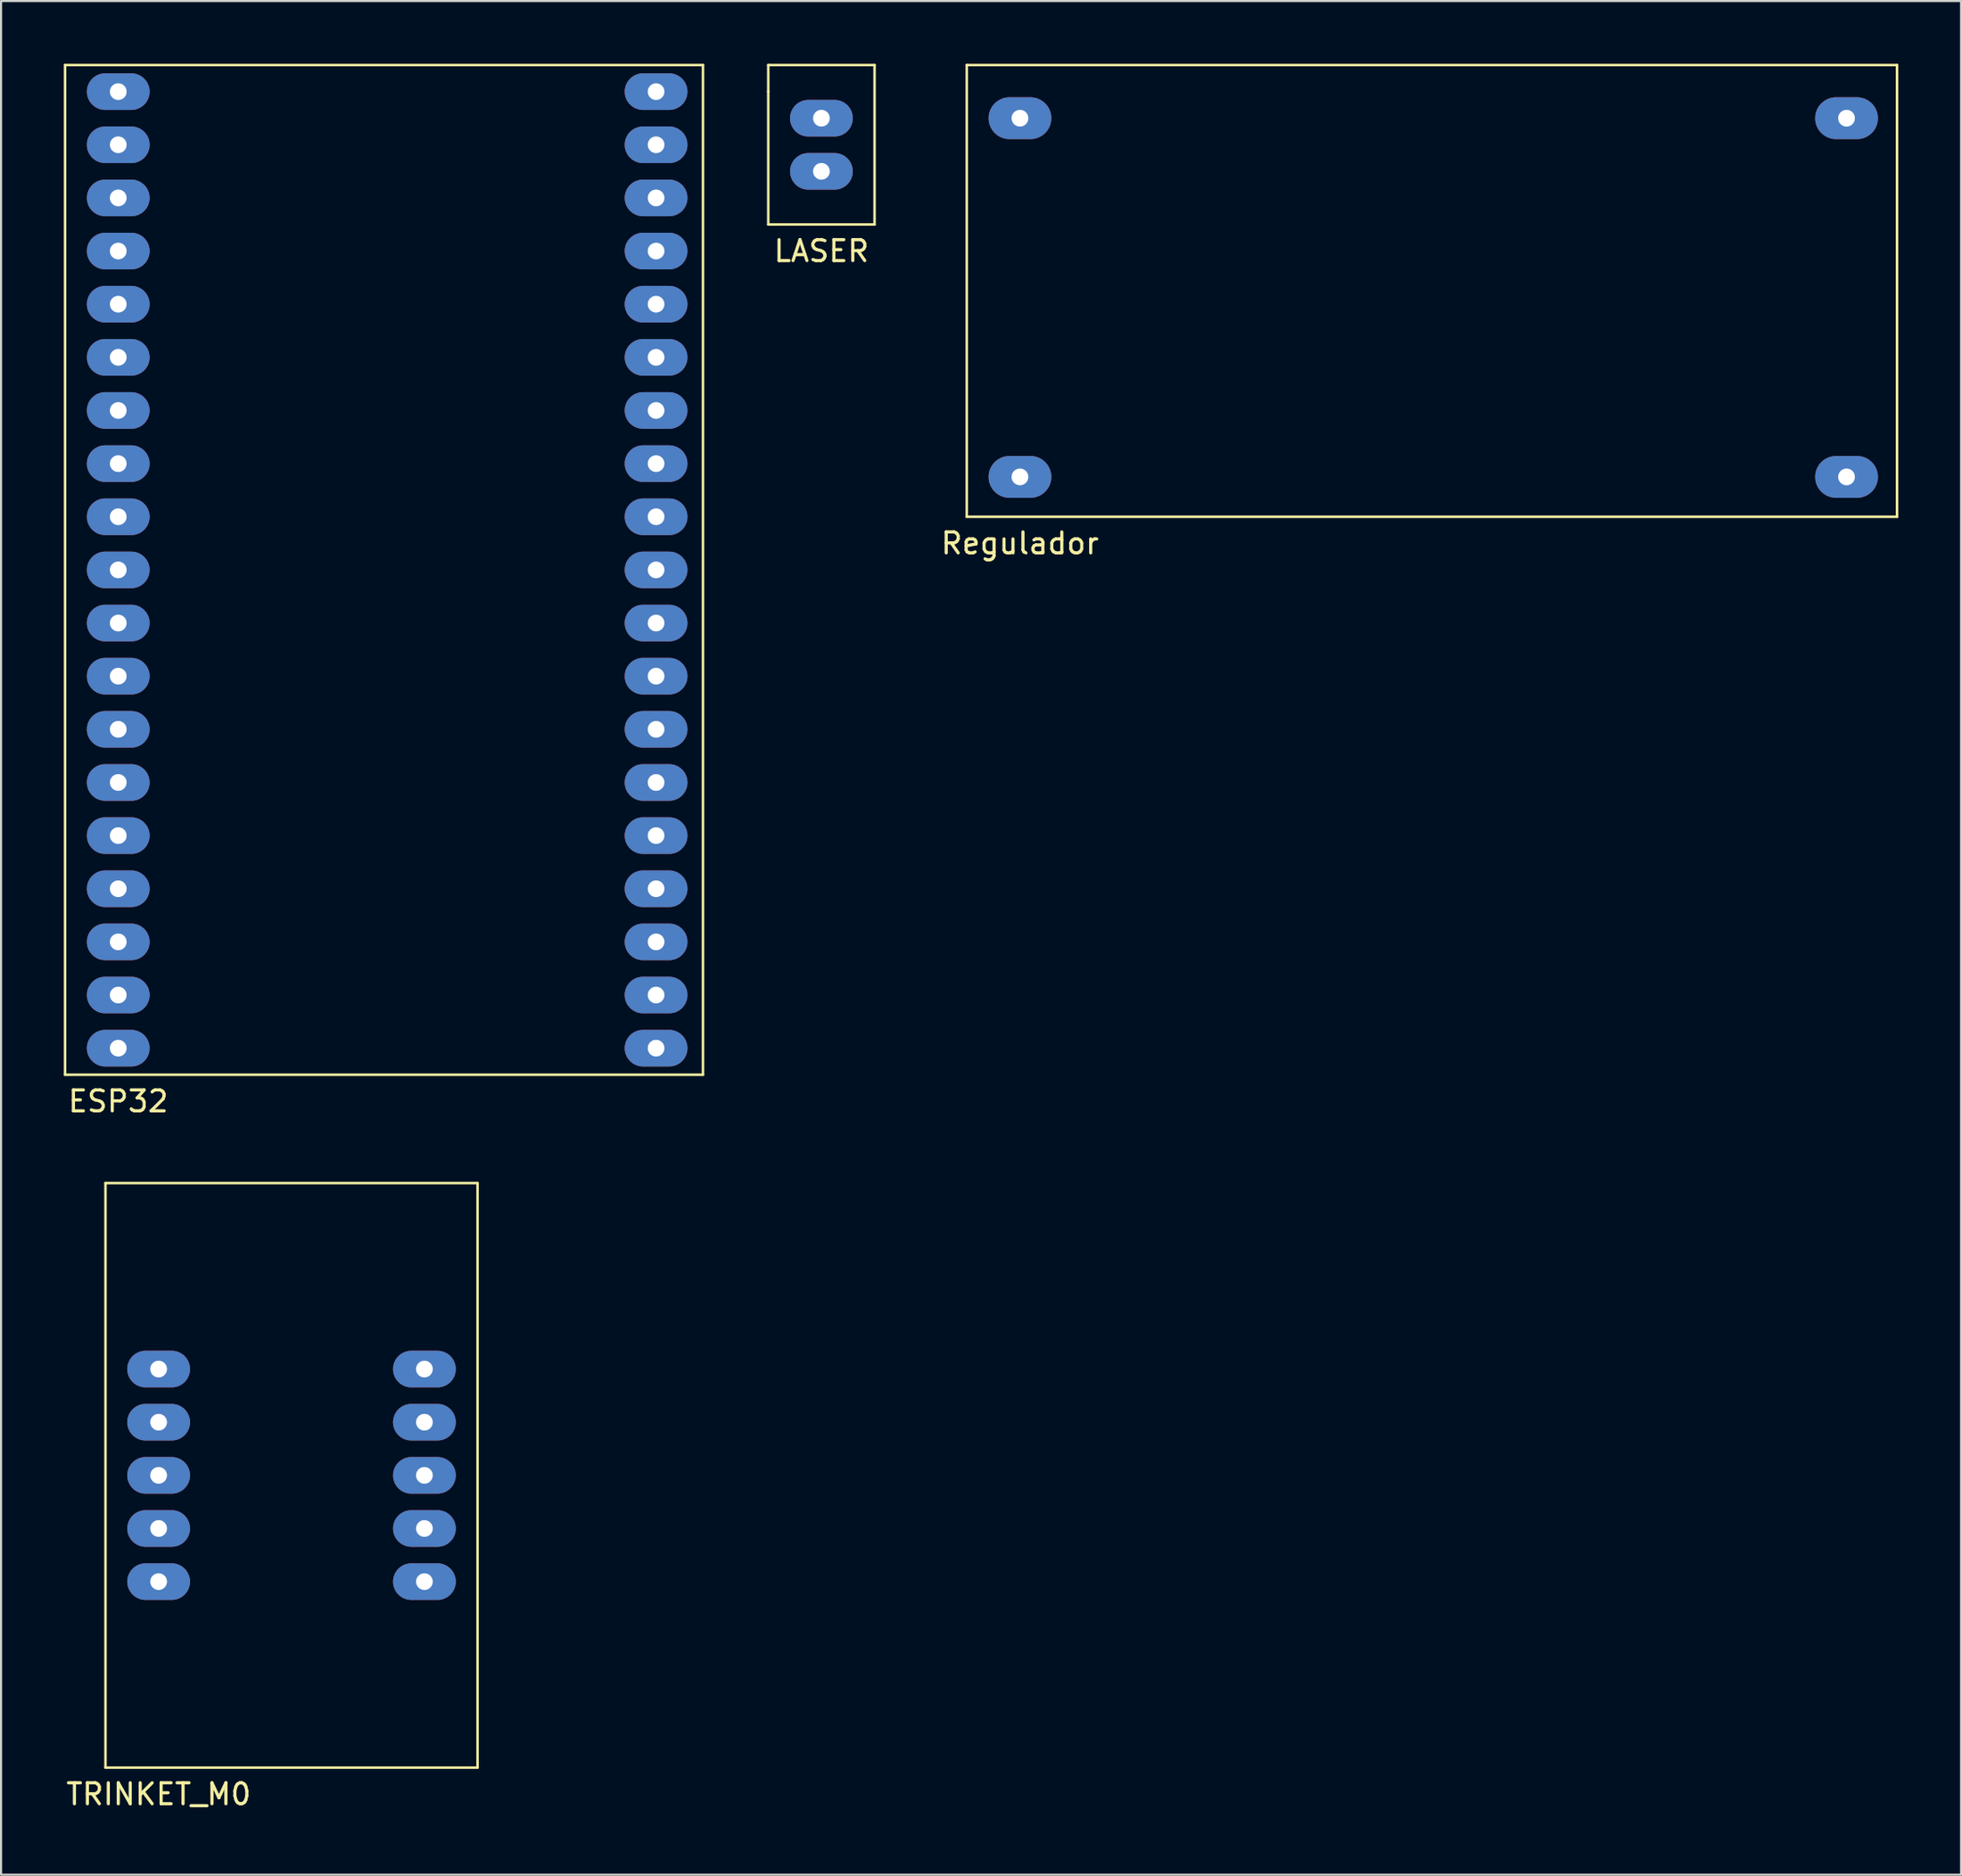
<source format=kicad_pcb>
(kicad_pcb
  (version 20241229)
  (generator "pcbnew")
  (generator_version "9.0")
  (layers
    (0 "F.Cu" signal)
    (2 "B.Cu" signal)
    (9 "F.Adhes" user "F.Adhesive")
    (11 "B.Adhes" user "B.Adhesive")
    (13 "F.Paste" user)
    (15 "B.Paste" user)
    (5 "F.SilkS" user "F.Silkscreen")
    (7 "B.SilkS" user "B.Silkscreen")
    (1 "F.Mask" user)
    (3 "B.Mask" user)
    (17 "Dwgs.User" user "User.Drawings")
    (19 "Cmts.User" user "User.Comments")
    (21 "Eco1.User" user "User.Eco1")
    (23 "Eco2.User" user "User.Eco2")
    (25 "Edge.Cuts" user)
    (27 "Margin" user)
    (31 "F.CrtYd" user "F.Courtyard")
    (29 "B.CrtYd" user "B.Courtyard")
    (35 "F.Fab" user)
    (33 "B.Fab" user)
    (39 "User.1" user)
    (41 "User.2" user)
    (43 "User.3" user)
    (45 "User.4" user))
  (footprint "TRINKET_M0"
    (layer "F.Cu")
    (at 4.53 67.468)
    (property "Reference" "TRINKET_M0" (at 0 15.24 0) (layer "F.SilkS") (effects (font (size 1 1) (thickness 0.15))))
    (attr through_hole)
    (fp_line (start -2.54 -13.97) (end 15.24 -13.97) (stroke (width 0.12) (type solid)) (layer "F.SilkS"))
    (fp_line (start -2.54 13.97) (end -2.54 -13.97) (stroke (width 0.12) (type solid)) (layer "F.SilkS"))
    (fp_line (start 15.24 -13.97) (end 15.24 13.97) (stroke (width 0.12) (type solid)) (layer "F.SilkS"))
    (fp_line (start 15.24 13.97) (end -2.54 13.97) (stroke (width 0.12) (type solid)) (layer "F.SilkS"))
    (pad "1" thru_hole oval (at 0 -5.08) (size 3 1.75) (drill 0.8) (layers "*.Cu" "*.Mask"))
    (pad "2" thru_hole oval (at 0 -2.54) (size 3 1.75) (drill 0.8) (layers "*.Cu" "*.Mask"))
    (pad "3" thru_hole oval (at 0 0) (size 3 1.75) (drill 0.8) (layers "*.Cu" "*.Mask"))
    (pad "4" thru_hole oval (at 0 2.54) (size 3 1.75) (drill 0.8) (layers "*.Cu" "*.Mask"))
    (pad "5" thru_hole oval (at 0 5.08) (size 3 1.75) (drill 0.8) (layers "*.Cu" "*.Mask"))
    (pad "6" thru_hole oval (at 12.7 5.08) (size 3 1.75) (drill 0.8) (layers "*.Cu" "*.Mask"))
    (pad "7" thru_hole oval (at 12.7 2.54) (size 3 1.75) (drill 0.8) (layers "*.Cu" "*.Mask"))
    (pad "8" thru_hole oval (at 12.7 0) (size 3 1.75) (drill 0.8) (layers "*.Cu" "*.Mask"))
    (pad "9" thru_hole oval (at 12.7 -2.54) (size 3 1.75) (drill 0.8) (layers "*.Cu" "*.Mask"))
    (pad "10" thru_hole oval (at 12.7 -5.08) (size 3 1.75) (drill 0.8) (layers "*.Cu" "*.Mask")))
  (footprint "LASER"
    (layer "F.Cu")
    (at 36.2 2.6)
    (property "Reference" "LASER" (at 0 6.35 0) (layer "F.SilkS") (effects (font (size 1 1) (thickness 0.15))))
    (attr through_hole)
    (fp_line (start -2.54 -2.54) (end -2.54 -1.27) (stroke (width 0.12) (type solid)) (layer "F.SilkS"))
    (fp_line (start -2.54 -1.27) (end -2.54 5.08) (stroke (width 0.12) (type solid)) (layer "F.SilkS"))
    (fp_line (start -2.54 5.08) (end 2.54 5.08) (stroke (width 0.12) (type solid)) (layer "F.SilkS"))
    (fp_line (start 2.54 -2.54) (end -2.54 -2.54) (stroke (width 0.12) (type solid)) (layer "F.SilkS"))
    (fp_line (start 2.54 5.08) (end 2.54 -2.54) (stroke (width 0.12) (type solid)) (layer "F.SilkS"))
    (pad "1" thru_hole oval (at 0 0) (size 3 1.75) (drill 0.8) (layers "*.Cu" "*.Mask"))
    (pad "2" thru_hole oval (at 0 2.54) (size 3 1.75) (drill 0.8) (layers "*.Cu" "*.Mask")))
  (footprint "ESP32"
    (layer "F.Cu")
    (at 2.6 1.33)
    (property "Reference" "ESP32" (at 0 48.26 0) (layer "F.SilkS") (effects (font (size 1 1) (thickness 0.15))))
    (attr through_hole)
    (fp_line (start -2.54 -1.27) (end 27.94 -1.27) (stroke (width 0.12) (type solid)) (layer "F.SilkS"))
    (fp_line (start -2.54 46.99) (end -2.54 -1.27) (stroke (width 0.12) (type solid)) (layer "F.SilkS"))
    (fp_line (start 27.94 -1.27) (end 27.94 46.99) (stroke (width 0.12) (type solid)) (layer "F.SilkS"))
    (fp_line (start 27.94 46.99) (end -2.54 46.99) (stroke (width 0.12) (type solid)) (layer "F.SilkS"))
    (pad "1" thru_hole oval (at 0 0) (size 3 1.75) (drill 0.8) (layers "*.Cu" "*.Mask"))
    (pad "2" thru_hole oval (at 0 2.54) (size 3 1.75) (drill 0.8) (layers "*.Cu" "*.Mask"))
    (pad "3" thru_hole oval (at 0 5.08) (size 3 1.75) (drill 0.8) (layers "*.Cu" "*.Mask"))
    (pad "4" thru_hole oval (at 0 7.62) (size 3 1.75) (drill 0.8) (layers "*.Cu" "*.Mask"))
    (pad "5" thru_hole oval (at 0 10.16) (size 3 1.75) (drill 0.8) (layers "*.Cu" "*.Mask"))
    (pad "6" thru_hole oval (at 0 12.7) (size 3 1.75) (drill 0.8) (layers "*.Cu" "*.Mask"))
    (pad "7" thru_hole oval (at 0 15.24) (size 3 1.75) (drill 0.8) (layers "*.Cu" "*.Mask"))
    (pad "8" thru_hole oval (at 0 17.78) (size 3 1.75) (drill 0.8) (layers "*.Cu" "*.Mask"))
    (pad "9" thru_hole oval (at 0 20.32) (size 3 1.75) (drill 0.8) (layers "*.Cu" "*.Mask"))
    (pad "10" thru_hole oval (at 0 22.86) (size 3 1.75) (drill 0.8) (layers "*.Cu" "*.Mask"))
    (pad "11" thru_hole oval (at 0 25.4) (size 3 1.75) (drill 0.8) (layers "*.Cu" "*.Mask"))
    (pad "12" thru_hole oval (at 0 27.94) (size 3 1.75) (drill 0.8) (layers "*.Cu" "*.Mask"))
    (pad "13" thru_hole oval (at 0 30.48) (size 3 1.75) (drill 0.8) (layers "*.Cu" "*.Mask"))
    (pad "14" thru_hole oval (at 0 33.02) (size 3 1.75) (drill 0.8) (layers "*.Cu" "*.Mask"))
    (pad "15" thru_hole oval (at 0 35.56) (size 3 1.75) (drill 0.8) (layers "*.Cu" "*.Mask"))
    (pad "16" thru_hole oval (at 0 38.1) (size 3 1.75) (drill 0.8) (layers "*.Cu" "*.Mask"))
    (pad "17" thru_hole oval (at 0 40.64) (size 3 1.75) (drill 0.8) (layers "*.Cu" "*.Mask"))
    (pad "18" thru_hole oval (at 0 43.18) (size 3 1.75) (drill 0.8) (layers "*.Cu" "*.Mask"))
    (pad "19" thru_hole oval (at 0 45.72) (size 3 1.75) (drill 0.8) (layers "*.Cu" "*.Mask"))
    (pad "20" thru_hole oval (at 25.7 45.72) (size 3 1.75) (drill 0.8) (layers "*.Cu" "*.Mask"))
    (pad "21" thru_hole oval (at 25.7 43.18) (size 3 1.75) (drill 0.8) (layers "*.Cu" "*.Mask"))
    (pad "22" thru_hole oval (at 25.7 40.64) (size 3 1.75) (drill 0.8) (layers "*.Cu" "*.Mask"))
    (pad "23" thru_hole oval (at 25.7 38.1) (size 3 1.75) (drill 0.8) (layers "*.Cu" "*.Mask"))
    (pad "24" thru_hole oval (at 25.7 35.56) (size 3 1.75) (drill 0.8) (layers "*.Cu" "*.Mask"))
    (pad "25" thru_hole oval (at 25.7 33.02) (size 3 1.75) (drill 0.8) (layers "*.Cu" "*.Mask"))
    (pad "26" thru_hole oval (at 25.7 30.48) (size 3 1.75) (drill 0.8) (layers "*.Cu" "*.Mask"))
    (pad "27" thru_hole oval (at 25.7 27.94) (size 3 1.75) (drill 0.8) (layers "*.Cu" "*.Mask"))
    (pad "28" thru_hole oval (at 25.7 25.4) (size 3 1.75) (drill 0.8) (layers "*.Cu" "*.Mask"))
    (pad "29" thru_hole oval (at 25.7 22.86) (size 3 1.75) (drill 0.8) (layers "*.Cu" "*.Mask"))
    (pad "30" thru_hole oval (at 25.7 20.32) (size 3 1.75) (drill 0.8) (layers "*.Cu" "*.Mask"))
    (pad "31" thru_hole oval (at 25.7 17.78) (size 3 1.75) (drill 0.8) (layers "*.Cu" "*.Mask"))
    (pad "32" thru_hole oval (at 25.7 15.24) (size 3 1.75) (drill 0.8) (layers "*.Cu" "*.Mask"))
    (pad "33" thru_hole oval (at 25.7 12.7) (size 3 1.75) (drill 0.8) (layers "*.Cu" "*.Mask"))
    (pad "34" thru_hole oval (at 25.7 10.16) (size 3 1.75) (drill 0.8) (layers "*.Cu" "*.Mask"))
    (pad "35" thru_hole oval (at 25.7 7.62) (size 3 1.75) (drill 0.8) (layers "*.Cu" "*.Mask"))
    (pad "36" thru_hole oval (at 25.7 5.08) (size 3 1.75) (drill 0.8) (layers "*.Cu" "*.Mask"))
    (pad "37" thru_hole oval (at 25.7 2.54) (size 3 1.75) (drill 0.8) (layers "*.Cu" "*.Mask"))
    (pad "38" thru_hole oval (at 25.7 0) (size 3 1.75) (drill 0.8) (layers "*.Cu" "*.Mask")))
  (footprint "Regulador"
    (layer "F.Cu")
    (at 45.687 2.6)
    (property "Reference" "Regulador" (at 0 20.32 0) (layer "F.SilkS") (effects (font (size 1 1) (thickness 0.15))))
    (attr through_hole)
    (fp_line (start -2.54 -2.54) (end -2.54 19.05) (stroke (width 0.12) (type solid)) (layer "F.SilkS"))
    (fp_line (start -2.54 19.05) (end 41.91 19.05) (stroke (width 0.12) (type solid)) (layer "F.SilkS"))
    (fp_line (start 41.91 -2.54) (end -2.54 -2.54) (stroke (width 0.12) (type solid)) (layer "F.SilkS"))
    (fp_line (start 41.91 19.05) (end 41.91 -2.54) (stroke (width 0.12) (type solid)) (layer "F.SilkS"))
    (pad "1" thru_hole oval (at 0 0) (size 3 2) (drill 0.8) (layers "*.Cu" "*.Mask"))
    (pad "2" thru_hole oval (at 0 17.145) (size 3 2) (drill 0.8) (layers "*.Cu" "*.Mask"))
    (pad "3" thru_hole oval (at 39.497 0) (size 3 2) (drill 0.8) (layers "*.Cu" "*.Mask"))
    (pad "4" thru_hole oval (at 39.497 17.145) (size 3 2) (drill 0.8) (layers "*.Cu" "*.Mask")))
  (gr_rect
    (start -3 -3)
    (end 90.657 86.556)
    (stroke (width 0.1) (type default))
    (fill no)
    (layer "Edge.Cuts")))
</source>
